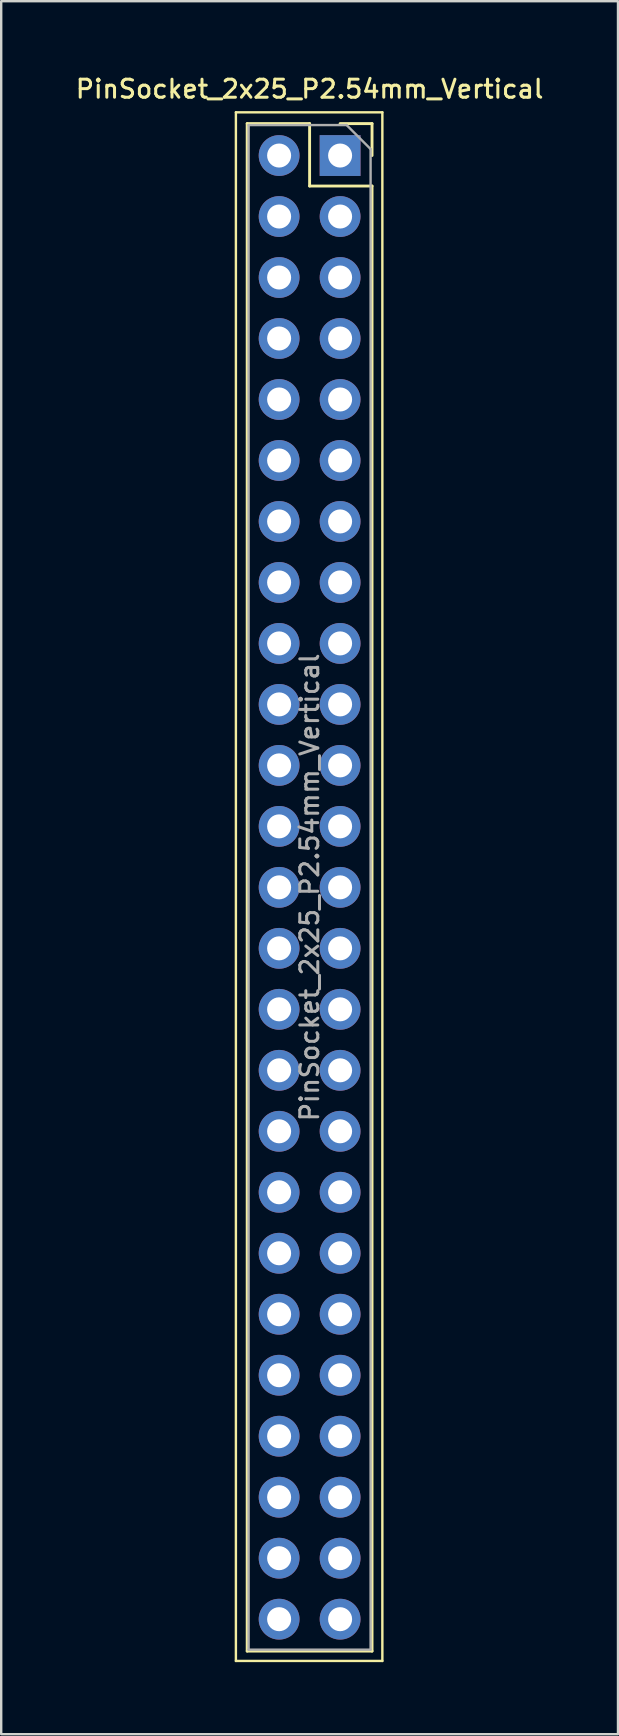
<source format=kicad_pcb>
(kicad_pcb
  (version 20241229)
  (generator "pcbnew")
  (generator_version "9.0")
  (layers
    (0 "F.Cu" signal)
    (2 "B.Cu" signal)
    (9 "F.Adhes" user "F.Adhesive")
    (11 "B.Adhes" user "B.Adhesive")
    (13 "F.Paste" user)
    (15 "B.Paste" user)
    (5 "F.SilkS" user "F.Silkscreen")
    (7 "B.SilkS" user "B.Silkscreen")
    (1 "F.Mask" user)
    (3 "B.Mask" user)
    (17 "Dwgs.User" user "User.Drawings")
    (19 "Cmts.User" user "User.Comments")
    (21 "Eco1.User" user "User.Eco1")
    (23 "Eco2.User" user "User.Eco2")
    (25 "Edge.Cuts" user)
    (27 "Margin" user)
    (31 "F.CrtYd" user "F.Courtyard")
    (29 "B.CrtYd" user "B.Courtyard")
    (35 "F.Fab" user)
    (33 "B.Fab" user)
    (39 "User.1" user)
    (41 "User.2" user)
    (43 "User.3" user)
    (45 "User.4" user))
  (footprint "PinSocket_2x25_P2.54mm_Vertical"
    (layer "F.Cu")
    (at 11.115 3.428)
    (property "Reference" "PinSocket_2x25_P2.54mm_Vertical" (at -1.27 -2.77 0) (layer "F.SilkS") (effects (font (size 0.75 0.75) (thickness 0.125))))
    (attr through_hole)
    (fp_line (start -4.34 -1.8) (end 1.76 -1.8) (stroke (width 0.1) (type solid)) (layer "F.SilkS"))
    (fp_line (start -4.34 62.7) (end -4.34 -1.8) (stroke (width 0.1) (type solid)) (layer "F.SilkS"))
    (fp_line (start -3.87 -1.33) (end -3.87 62.29) (stroke (width 0.12) (type solid)) (layer "F.SilkS"))
    (fp_line (start -3.87 -1.33) (end -1.27 -1.33) (stroke (width 0.12) (type solid)) (layer "F.SilkS"))
    (fp_line (start -3.87 62.29) (end 1.33 62.29) (stroke (width 0.12) (type solid)) (layer "F.SilkS"))
    (fp_line (start -1.27 -1.33) (end -1.27 1.27) (stroke (width 0.12) (type solid)) (layer "F.SilkS"))
    (fp_line (start -1.27 1.27) (end 1.33 1.27) (stroke (width 0.12) (type solid)) (layer "F.SilkS"))
    (fp_line (start 0 -1.33) (end 1.33 -1.33) (stroke (width 0.12) (type solid)) (layer "F.SilkS"))
    (fp_line (start 1.33 -1.33) (end 1.33 0) (stroke (width 0.12) (type solid)) (layer "F.SilkS"))
    (fp_line (start 1.33 1.27) (end 1.33 62.29) (stroke (width 0.12) (type solid)) (layer "F.SilkS"))
    (fp_line (start 1.76 -1.8) (end 1.76 62.7) (stroke (width 0.1) (type solid)) (layer "F.SilkS"))
    (fp_line (start 1.76 62.7) (end -4.34 62.7) (stroke (width 0.1) (type solid)) (layer "F.SilkS"))
    (fp_line (start -3.81 -1.27) (end 0.27 -1.27) (stroke (width 0.1) (type solid)) (layer "F.Fab"))
    (fp_line (start -3.81 62.23) (end -3.81 -1.27) (stroke (width 0.1) (type solid)) (layer "F.Fab"))
    (fp_line (start 0.27 -1.27) (end 1.27 -0.27) (stroke (width 0.1) (type solid)) (layer "F.Fab"))
    (fp_line (start 1.27 -0.27) (end 1.27 62.23) (stroke (width 0.1) (type solid)) (layer "F.Fab"))
    (fp_line (start 1.27 62.23) (end -3.81 62.23) (stroke (width 0.1) (type solid)) (layer "F.Fab"))
    (fp_text user "${REFERENCE}" (at -1.27 30.48 90) (layer "F.Fab") (effects (font (size 0.75 0.75) (thickness 0.125))))
    (pad "1" thru_hole rect (at 0 0) (size 1.7 1.7) (drill 1) (layers "*.Cu" "*.Mask"))
    (pad "2" thru_hole oval (at -2.54 0) (size 1.7 1.7) (drill 1) (layers "*.Cu" "*.Mask"))
    (pad "3" thru_hole oval (at 0 2.54) (size 1.7 1.7) (drill 1) (layers "*.Cu" "*.Mask"))
    (pad "4" thru_hole oval (at -2.54 2.54) (size 1.7 1.7) (drill 1) (layers "*.Cu" "*.Mask"))
    (pad "5" thru_hole oval (at 0 5.08) (size 1.7 1.7) (drill 1) (layers "*.Cu" "*.Mask"))
    (pad "6" thru_hole oval (at -2.54 5.08) (size 1.7 1.7) (drill 1) (layers "*.Cu" "*.Mask"))
    (pad "7" thru_hole oval (at 0 7.62) (size 1.7 1.7) (drill 1) (layers "*.Cu" "*.Mask"))
    (pad "8" thru_hole oval (at -2.54 7.62) (size 1.7 1.7) (drill 1) (layers "*.Cu" "*.Mask"))
    (pad "9" thru_hole oval (at 0 10.16) (size 1.7 1.7) (drill 1) (layers "*.Cu" "*.Mask"))
    (pad "10" thru_hole oval (at -2.54 10.16) (size 1.7 1.7) (drill 1) (layers "*.Cu" "*.Mask"))
    (pad "11" thru_hole oval (at 0 12.7) (size 1.7 1.7) (drill 1) (layers "*.Cu" "*.Mask"))
    (pad "12" thru_hole oval (at -2.54 12.7) (size 1.7 1.7) (drill 1) (layers "*.Cu" "*.Mask"))
    (pad "13" thru_hole oval (at 0 15.24) (size 1.7 1.7) (drill 1) (layers "*.Cu" "*.Mask"))
    (pad "14" thru_hole oval (at -2.54 15.24) (size 1.7 1.7) (drill 1) (layers "*.Cu" "*.Mask"))
    (pad "15" thru_hole oval (at 0 17.78) (size 1.7 1.7) (drill 1) (layers "*.Cu" "*.Mask"))
    (pad "16" thru_hole oval (at -2.54 17.78) (size 1.7 1.7) (drill 1) (layers "*.Cu" "*.Mask"))
    (pad "17" thru_hole oval (at 0 20.32) (size 1.7 1.7) (drill 1) (layers "*.Cu" "*.Mask"))
    (pad "18" thru_hole oval (at -2.54 20.32) (size 1.7 1.7) (drill 1) (layers "*.Cu" "*.Mask"))
    (pad "19" thru_hole oval (at 0 22.86) (size 1.7 1.7) (drill 1) (layers "*.Cu" "*.Mask"))
    (pad "20" thru_hole oval (at -2.54 22.86) (size 1.7 1.7) (drill 1) (layers "*.Cu" "*.Mask"))
    (pad "21" thru_hole oval (at 0 25.4) (size 1.7 1.7) (drill 1) (layers "*.Cu" "*.Mask"))
    (pad "22" thru_hole oval (at -2.54 25.4) (size 1.7 1.7) (drill 1) (layers "*.Cu" "*.Mask"))
    (pad "23" thru_hole oval (at 0 27.94) (size 1.7 1.7) (drill 1) (layers "*.Cu" "*.Mask"))
    (pad "24" thru_hole oval (at -2.54 27.94) (size 1.7 1.7) (drill 1) (layers "*.Cu" "*.Mask"))
    (pad "25" thru_hole oval (at 0 30.48) (size 1.7 1.7) (drill 1) (layers "*.Cu" "*.Mask"))
    (pad "26" thru_hole oval (at -2.54 30.48) (size 1.7 1.7) (drill 1) (layers "*.Cu" "*.Mask"))
    (pad "27" thru_hole oval (at 0 33.02) (size 1.7 1.7) (drill 1) (layers "*.Cu" "*.Mask"))
    (pad "28" thru_hole oval (at -2.54 33.02) (size 1.7 1.7) (drill 1) (layers "*.Cu" "*.Mask"))
    (pad "29" thru_hole oval (at 0 35.56) (size 1.7 1.7) (drill 1) (layers "*.Cu" "*.Mask"))
    (pad "30" thru_hole oval (at -2.54 35.56) (size 1.7 1.7) (drill 1) (layers "*.Cu" "*.Mask"))
    (pad "31" thru_hole oval (at 0 38.1) (size 1.7 1.7) (drill 1) (layers "*.Cu" "*.Mask"))
    (pad "32" thru_hole oval (at -2.54 38.1) (size 1.7 1.7) (drill 1) (layers "*.Cu" "*.Mask"))
    (pad "33" thru_hole oval (at 0 40.64) (size 1.7 1.7) (drill 1) (layers "*.Cu" "*.Mask"))
    (pad "34" thru_hole oval (at -2.54 40.64) (size 1.7 1.7) (drill 1) (layers "*.Cu" "*.Mask"))
    (pad "35" thru_hole oval (at 0 43.18) (size 1.7 1.7) (drill 1) (layers "*.Cu" "*.Mask"))
    (pad "36" thru_hole oval (at -2.54 43.18) (size 1.7 1.7) (drill 1) (layers "*.Cu" "*.Mask"))
    (pad "37" thru_hole oval (at 0 45.72) (size 1.7 1.7) (drill 1) (layers "*.Cu" "*.Mask"))
    (pad "38" thru_hole oval (at -2.54 45.72) (size 1.7 1.7) (drill 1) (layers "*.Cu" "*.Mask"))
    (pad "39" thru_hole oval (at 0 48.26) (size 1.7 1.7) (drill 1) (layers "*.Cu" "*.Mask"))
    (pad "40" thru_hole oval (at -2.54 48.26) (size 1.7 1.7) (drill 1) (layers "*.Cu" "*.Mask"))
    (pad "41" thru_hole oval (at 0 50.8) (size 1.7 1.7) (drill 1) (layers "*.Cu" "*.Mask"))
    (pad "42" thru_hole oval (at -2.54 50.8) (size 1.7 1.7) (drill 1) (layers "*.Cu" "*.Mask"))
    (pad "43" thru_hole oval (at 0 53.34) (size 1.7 1.7) (drill 1) (layers "*.Cu" "*.Mask"))
    (pad "44" thru_hole oval (at -2.54 53.34) (size 1.7 1.7) (drill 1) (layers "*.Cu" "*.Mask"))
    (pad "45" thru_hole oval (at 0 55.88) (size 1.7 1.7) (drill 1) (layers "*.Cu" "*.Mask"))
    (pad "46" thru_hole oval (at -2.54 55.88) (size 1.7 1.7) (drill 1) (layers "*.Cu" "*.Mask"))
    (pad "47" thru_hole oval (at 0 58.42) (size 1.7 1.7) (drill 1) (layers "*.Cu" "*.Mask"))
    (pad "48" thru_hole oval (at -2.54 58.42) (size 1.7 1.7) (drill 1) (layers "*.Cu" "*.Mask"))
    (pad "49" thru_hole oval (at 0 60.96) (size 1.7 1.7) (drill 1) (layers "*.Cu" "*.Mask"))
    (pad "50" thru_hole oval (at -2.54 60.96) (size 1.7 1.7) (drill 1) (layers "*.Cu" "*.Mask")))
  (gr_rect
    (start -3 -3)
    (end 22.689 69.178)
    (stroke (width 0.1) (type default))
    (fill no)
    (layer "Edge.Cuts")))
</source>
